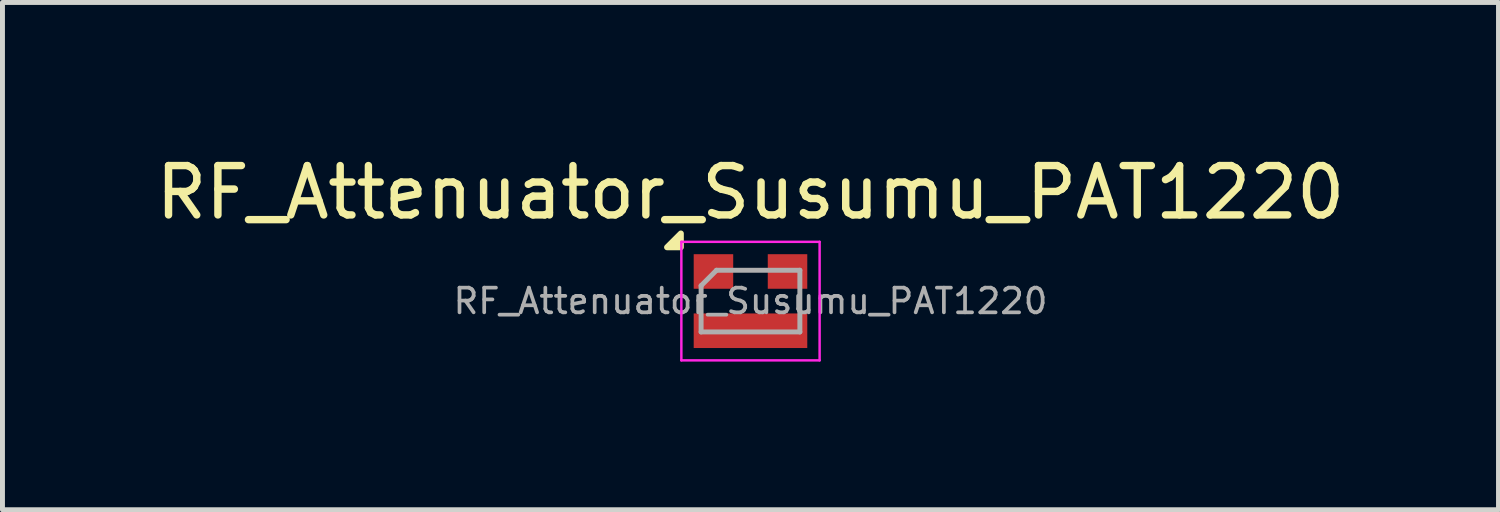
<source format=kicad_pcb>
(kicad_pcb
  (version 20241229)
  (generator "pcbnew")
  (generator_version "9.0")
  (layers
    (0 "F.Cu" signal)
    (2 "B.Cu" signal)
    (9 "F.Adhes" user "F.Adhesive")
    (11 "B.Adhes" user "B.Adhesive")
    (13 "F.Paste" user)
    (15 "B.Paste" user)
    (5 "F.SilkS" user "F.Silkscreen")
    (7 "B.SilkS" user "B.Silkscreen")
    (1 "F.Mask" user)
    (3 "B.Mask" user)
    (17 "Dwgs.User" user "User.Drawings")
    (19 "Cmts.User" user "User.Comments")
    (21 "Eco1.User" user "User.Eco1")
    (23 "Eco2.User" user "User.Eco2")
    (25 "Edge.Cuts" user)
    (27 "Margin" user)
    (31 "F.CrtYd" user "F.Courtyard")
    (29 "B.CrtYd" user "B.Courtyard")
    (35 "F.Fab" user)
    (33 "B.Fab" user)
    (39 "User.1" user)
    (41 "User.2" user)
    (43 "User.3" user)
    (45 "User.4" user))
  (footprint "RF_Attenuator_Susumu_PAT1220"
    (layer "F.Cu")
    (at 12.149 3.048)
    (property "Reference" "RF_Attenuator_Susumu_PAT1220" (at 0 -2.2 0) (layer "F.SilkS") (effects (font (size 1 1) (thickness 0.15))))
    (attr smd)
    (fp_poly (pts (xy -1.41 -1.09) (xy -1.69 -1.09) (xy -1.41 -1.37) (xy -1.41 -1.09)) (stroke (width 0.12) (type solid)) (fill yes) (layer "F.SilkS"))
    (fp_line (start -1.4 -1.2) (end 1.4 -1.2) (stroke (width 0.05) (type solid)) (layer "F.CrtYd"))
    (fp_line (start -1.4 1.2) (end -1.4 -1.2) (stroke (width 0.05) (type solid)) (layer "F.CrtYd"))
    (fp_line (start 1.4 -1.2) (end 1.4 1.2) (stroke (width 0.05) (type solid)) (layer "F.CrtYd"))
    (fp_line (start 1.4 1.2) (end -1.4 1.2) (stroke (width 0.05) (type solid)) (layer "F.CrtYd"))
    (fp_line (start -1 -0.312) (end -0.688 -0.625) (stroke (width 0.1) (type solid)) (layer "F.Fab"))
    (fp_line (start -1 0.625) (end -1 -0.312) (stroke (width 0.1) (type solid)) (layer "F.Fab"))
    (fp_line (start -0.688 -0.625) (end 1 -0.625) (stroke (width 0.1) (type solid)) (layer "F.Fab"))
    (fp_line (start 1 -0.625) (end 1 0.625) (stroke (width 0.1) (type solid)) (layer "F.Fab"))
    (fp_line (start 1 0.625) (end -1 0.625) (stroke (width 0.1) (type solid)) (layer "F.Fab"))
    (fp_text user "${REFERENCE}" (at 0 0 0) (layer "F.Fab") (effects (font (size 0.5 0.5) (thickness 0.075))))
    (pad "1" smd rect (at -0.75 -0.6) (size 0.8 0.7) (layers "F.Cu" "F.Mask" "F.Paste"))
    (pad "2" smd rect (at 0.75 -0.6) (size 0.8 0.7) (layers "F.Cu" "F.Mask" "F.Paste"))
    (pad "3" smd rect (at 0 0.6) (size 2.3 0.7) (layers "F.Cu" "F.Mask" "F.Paste")))
  (gr_rect
    (start -3 -3)
    (end 27.298 7.273)
    (stroke (width 0.1) (type default))
    (fill no)
    (layer "Edge.Cuts")))
</source>
